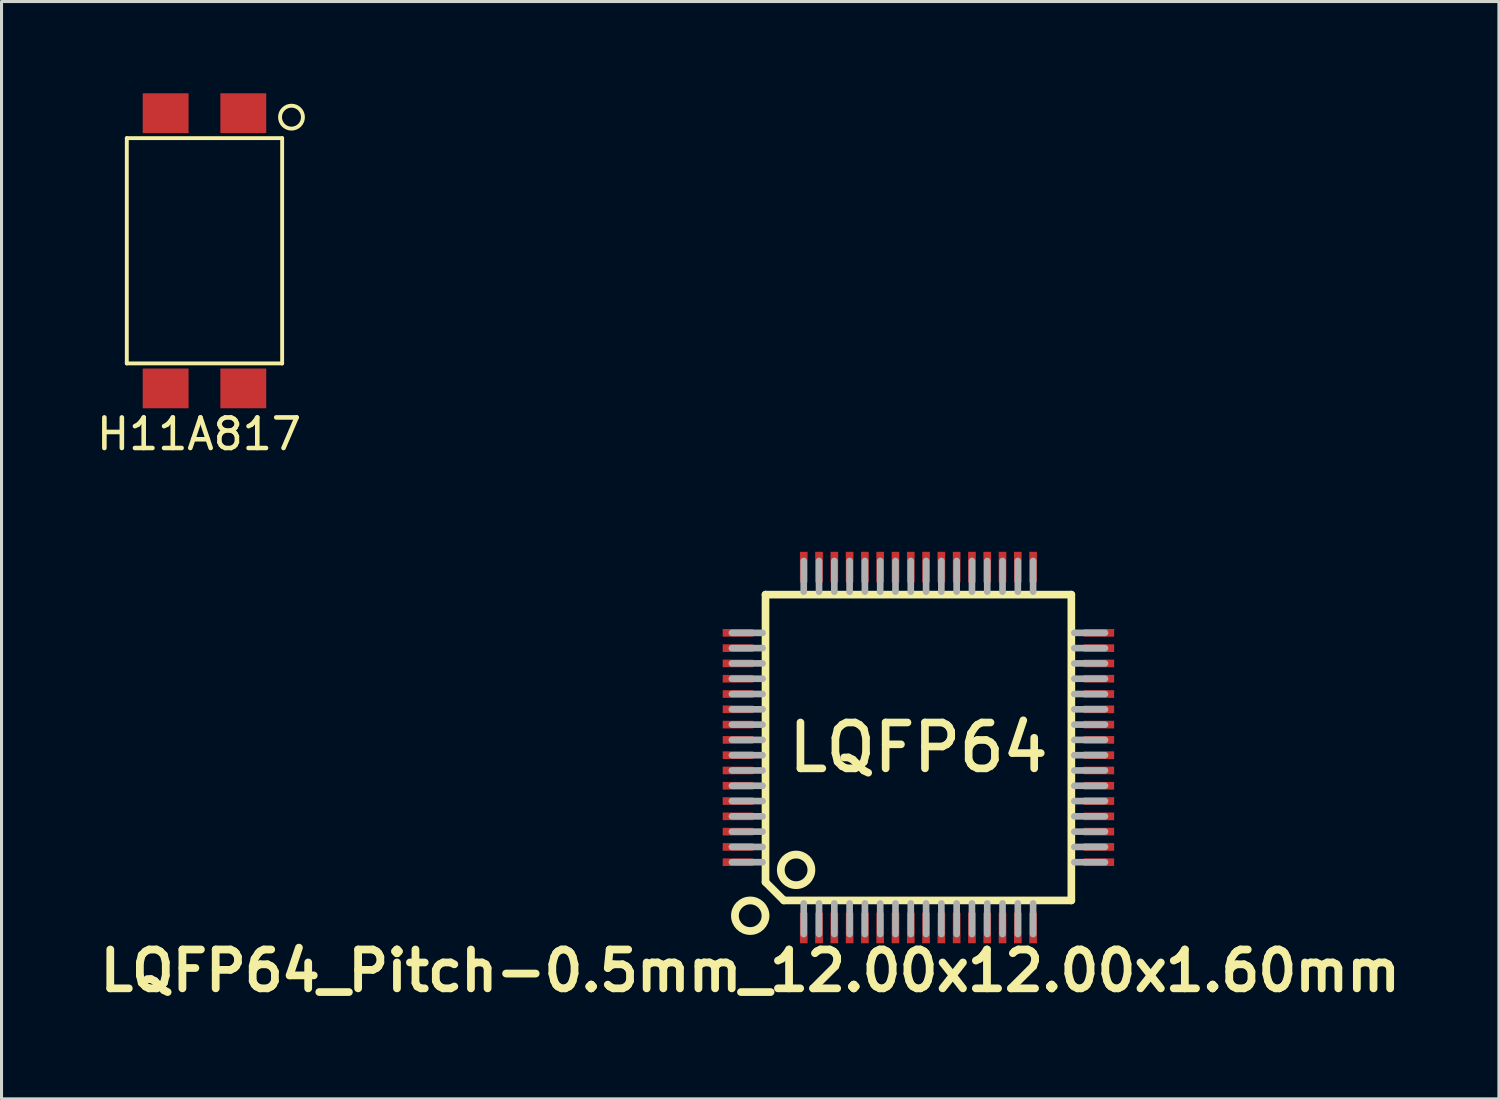
<source format=kicad_pcb>
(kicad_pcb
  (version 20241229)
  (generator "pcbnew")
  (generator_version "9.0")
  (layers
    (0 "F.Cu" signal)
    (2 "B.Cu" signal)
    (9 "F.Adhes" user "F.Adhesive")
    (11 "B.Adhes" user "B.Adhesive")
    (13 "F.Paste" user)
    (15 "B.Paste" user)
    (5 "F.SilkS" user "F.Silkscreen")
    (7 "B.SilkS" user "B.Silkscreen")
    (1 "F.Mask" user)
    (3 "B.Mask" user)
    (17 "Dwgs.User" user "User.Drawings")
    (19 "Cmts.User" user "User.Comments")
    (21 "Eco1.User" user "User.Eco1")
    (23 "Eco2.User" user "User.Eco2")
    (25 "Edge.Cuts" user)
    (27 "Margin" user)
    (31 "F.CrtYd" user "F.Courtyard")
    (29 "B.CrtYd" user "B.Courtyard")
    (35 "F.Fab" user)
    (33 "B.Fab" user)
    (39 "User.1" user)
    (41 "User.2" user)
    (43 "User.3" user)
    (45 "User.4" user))
  (footprint "LQFP64_Pitch-0.5mm_12.00x12.00x1.60mm"
    (layer "F.Cu")
    (at 26.981 21.393)
    (property "Reference" "LQFP64_Pitch-0.5mm_12.00x12.00x1.60mm" (at -5.5 7.3 0) (layer "F.SilkS") (effects (font (size 1.27 1.27) (thickness 0.254))))
    (attr smd)
    (fp_line (start -5 -5) (end 5 -5) (stroke (width 0.25) (type solid)) (layer "F.SilkS"))
    (fp_line (start -5 4.4) (end -5 -5) (stroke (width 0.25) (type solid)) (layer "F.SilkS"))
    (fp_line (start -4.4 5) (end -5 4.4) (stroke (width 0.25) (type solid)) (layer "F.SilkS"))
    (fp_line (start 5 -5) (end 5 5) (stroke (width 0.25) (type solid)) (layer "F.SilkS"))
    (fp_line (start 5 5) (end -4.4 5) (stroke (width 0.25) (type solid)) (layer "F.SilkS"))
    (fp_circle (center -5.5 5.5) (end -6 5.5) (stroke (width 0.254) (type solid)) (fill no) (layer "F.SilkS"))
    (fp_circle (center -4 4) (end -4 4.5) (stroke (width 0.254) (type solid)) (fill no) (layer "F.SilkS"))
    (fp_line (start -5.098 -3.75) (end -6.099 -3.75) (stroke (width 0.218) (type solid)) (layer "F.Fab"))
    (fp_line (start -5.098 -3.25) (end -6.099 -3.25) (stroke (width 0.218) (type solid)) (layer "F.Fab"))
    (fp_line (start -5.098 -2.75) (end -6.099 -2.75) (stroke (width 0.218) (type solid)) (layer "F.Fab"))
    (fp_line (start -5.098 -2.25) (end -6.099 -2.25) (stroke (width 0.218) (type solid)) (layer "F.Fab"))
    (fp_line (start -5.098 -1.75) (end -6.099 -1.75) (stroke (width 0.218) (type solid)) (layer "F.Fab"))
    (fp_line (start -5.098 -1.25) (end -6.099 -1.25) (stroke (width 0.218) (type solid)) (layer "F.Fab"))
    (fp_line (start -5.098 -0.75) (end -6.099 -0.75) (stroke (width 0.218) (type solid)) (layer "F.Fab"))
    (fp_line (start -5.098 -0.25) (end -6.099 -0.25) (stroke (width 0.218) (type solid)) (layer "F.Fab"))
    (fp_line (start -5.098 0.25) (end -6.099 0.25) (stroke (width 0.218) (type solid)) (layer "F.Fab"))
    (fp_line (start -5.098 0.75) (end -6.099 0.75) (stroke (width 0.218) (type solid)) (layer "F.Fab"))
    (fp_line (start -5.098 1.25) (end -6.099 1.25) (stroke (width 0.218) (type solid)) (layer "F.Fab"))
    (fp_line (start -5.098 1.75) (end -6.099 1.75) (stroke (width 0.218) (type solid)) (layer "F.Fab"))
    (fp_line (start -5.098 2.25) (end -6.099 2.25) (stroke (width 0.218) (type solid)) (layer "F.Fab"))
    (fp_line (start -5.098 2.75) (end -6.099 2.75) (stroke (width 0.218) (type solid)) (layer "F.Fab"))
    (fp_line (start -5.098 3.25) (end -6.099 3.25) (stroke (width 0.218) (type solid)) (layer "F.Fab"))
    (fp_line (start -5.098 3.75) (end -6.099 3.75) (stroke (width 0.218) (type solid)) (layer "F.Fab"))
    (fp_line (start -3.75 -5.098) (end -3.75 -6.099) (stroke (width 0.218) (type solid)) (layer "F.Fab"))
    (fp_line (start -3.75 5.098) (end -3.75 6.099) (stroke (width 0.218) (type solid)) (layer "F.Fab"))
    (fp_line (start -3.25 -5.098) (end -3.25 -6.099) (stroke (width 0.218) (type solid)) (layer "F.Fab"))
    (fp_line (start -3.25 5.098) (end -3.25 6.099) (stroke (width 0.218) (type solid)) (layer "F.Fab"))
    (fp_line (start -2.75 -5.098) (end -2.75 -6.099) (stroke (width 0.218) (type solid)) (layer "F.Fab"))
    (fp_line (start -2.75 5.098) (end -2.75 6.099) (stroke (width 0.218) (type solid)) (layer "F.Fab"))
    (fp_line (start -2.25 -5.098) (end -2.25 -6.099) (stroke (width 0.218) (type solid)) (layer "F.Fab"))
    (fp_line (start -2.25 5.098) (end -2.25 6.099) (stroke (width 0.218) (type solid)) (layer "F.Fab"))
    (fp_line (start -1.75 -5.098) (end -1.75 -6.099) (stroke (width 0.218) (type solid)) (layer "F.Fab"))
    (fp_line (start -1.75 5.098) (end -1.75 6.099) (stroke (width 0.218) (type solid)) (layer "F.Fab"))
    (fp_line (start -1.25 -5.098) (end -1.25 -6.099) (stroke (width 0.218) (type solid)) (layer "F.Fab"))
    (fp_line (start -1.25 5.098) (end -1.25 6.099) (stroke (width 0.218) (type solid)) (layer "F.Fab"))
    (fp_line (start -0.75 -5.098) (end -0.75 -6.099) (stroke (width 0.218) (type solid)) (layer "F.Fab"))
    (fp_line (start -0.75 5.098) (end -0.75 6.099) (stroke (width 0.218) (type solid)) (layer "F.Fab"))
    (fp_line (start -0.25 -5.098) (end -0.25 -6.099) (stroke (width 0.218) (type solid)) (layer "F.Fab"))
    (fp_line (start -0.25 5.098) (end -0.25 6.099) (stroke (width 0.218) (type solid)) (layer "F.Fab"))
    (fp_line (start 0.25 -5.098) (end 0.25 -6.099) (stroke (width 0.218) (type solid)) (layer "F.Fab"))
    (fp_line (start 0.25 5.098) (end 0.25 6.099) (stroke (width 0.218) (type solid)) (layer "F.Fab"))
    (fp_line (start 0.75 -5.098) (end 0.75 -6.099) (stroke (width 0.218) (type solid)) (layer "F.Fab"))
    (fp_line (start 0.75 5.098) (end 0.75 6.099) (stroke (width 0.218) (type solid)) (layer "F.Fab"))
    (fp_line (start 1.25 -5.098) (end 1.25 -6.099) (stroke (width 0.218) (type solid)) (layer "F.Fab"))
    (fp_line (start 1.25 5.098) (end 1.25 6.099) (stroke (width 0.218) (type solid)) (layer "F.Fab"))
    (fp_line (start 1.75 -5.098) (end 1.75 -6.099) (stroke (width 0.218) (type solid)) (layer "F.Fab"))
    (fp_line (start 1.75 5.098) (end 1.75 6.099) (stroke (width 0.218) (type solid)) (layer "F.Fab"))
    (fp_line (start 2.25 -5.098) (end 2.25 -6.099) (stroke (width 0.218) (type solid)) (layer "F.Fab"))
    (fp_line (start 2.25 5.098) (end 2.25 6.099) (stroke (width 0.218) (type solid)) (layer "F.Fab"))
    (fp_line (start 2.75 -5.098) (end 2.75 -6.099) (stroke (width 0.218) (type solid)) (layer "F.Fab"))
    (fp_line (start 2.75 5.098) (end 2.75 6.099) (stroke (width 0.218) (type solid)) (layer "F.Fab"))
    (fp_line (start 3.25 -5.098) (end 3.25 -6.099) (stroke (width 0.218) (type solid)) (layer "F.Fab"))
    (fp_line (start 3.25 5.098) (end 3.25 6.099) (stroke (width 0.218) (type solid)) (layer "F.Fab"))
    (fp_line (start 3.75 -5.098) (end 3.75 -6.099) (stroke (width 0.218) (type solid)) (layer "F.Fab"))
    (fp_line (start 3.75 5.098) (end 3.75 6.099) (stroke (width 0.218) (type solid)) (layer "F.Fab"))
    (fp_line (start 5.098 -3.75) (end 6.099 -3.75) (stroke (width 0.218) (type solid)) (layer "F.Fab"))
    (fp_line (start 5.098 -3.25) (end 6.099 -3.25) (stroke (width 0.218) (type solid)) (layer "F.Fab"))
    (fp_line (start 5.098 -2.75) (end 6.099 -2.75) (stroke (width 0.218) (type solid)) (layer "F.Fab"))
    (fp_line (start 5.098 -2.25) (end 6.099 -2.25) (stroke (width 0.218) (type solid)) (layer "F.Fab"))
    (fp_line (start 5.098 -1.75) (end 6.099 -1.75) (stroke (width 0.218) (type solid)) (layer "F.Fab"))
    (fp_line (start 5.098 -1.25) (end 6.099 -1.25) (stroke (width 0.218) (type solid)) (layer "F.Fab"))
    (fp_line (start 5.098 -0.75) (end 6.099 -0.75) (stroke (width 0.218) (type solid)) (layer "F.Fab"))
    (fp_line (start 5.098 -0.25) (end 6.099 -0.25) (stroke (width 0.218) (type solid)) (layer "F.Fab"))
    (fp_line (start 5.098 0.25) (end 6.099 0.25) (stroke (width 0.218) (type solid)) (layer "F.Fab"))
    (fp_line (start 5.098 0.75) (end 6.099 0.75) (stroke (width 0.218) (type solid)) (layer "F.Fab"))
    (fp_line (start 5.098 1.25) (end 6.099 1.25) (stroke (width 0.218) (type solid)) (layer "F.Fab"))
    (fp_line (start 5.098 1.75) (end 6.099 1.75) (stroke (width 0.218) (type solid)) (layer "F.Fab"))
    (fp_line (start 5.098 2.25) (end 6.099 2.25) (stroke (width 0.218) (type solid)) (layer "F.Fab"))
    (fp_line (start 5.098 2.75) (end 6.099 2.75) (stroke (width 0.218) (type solid)) (layer "F.Fab"))
    (fp_line (start 5.098 3.25) (end 6.099 3.25) (stroke (width 0.218) (type solid)) (layer "F.Fab"))
    (fp_line (start 5.098 3.75) (end 6.099 3.75) (stroke (width 0.218) (type solid)) (layer "F.Fab"))
    (fp_text user "LQFP64" (at 0 0 0) (layer "F.SilkS") (effects (font (size 1.5 1.5) (thickness 0.25))))
    (pad "1" smd rect (at -3.75 5.9 90) (size 1 0.25) (layers "F.Cu" "F.Mask" "F.Paste"))
    (pad "2" smd rect (at -3.25 5.9 90) (size 1 0.25) (layers "F.Cu" "F.Mask" "F.Paste"))
    (pad "3" smd rect (at -2.75 5.9 90) (size 1 0.25) (layers "F.Cu" "F.Mask" "F.Paste"))
    (pad "4" smd rect (at -2.25 5.9 90) (size 1 0.25) (layers "F.Cu" "F.Mask" "F.Paste"))
    (pad "5" smd rect (at -1.75 5.9 90) (size 1 0.25) (layers "F.Cu" "F.Mask" "F.Paste"))
    (pad "6" smd rect (at -1.25 5.9 90) (size 1 0.25) (layers "F.Cu" "F.Mask" "F.Paste"))
    (pad "7" smd rect (at -0.75 5.9 90) (size 1 0.25) (layers "F.Cu" "F.Mask" "F.Paste"))
    (pad "8" smd rect (at -0.25 5.9 90) (size 1 0.25) (layers "F.Cu" "F.Mask" "F.Paste"))
    (pad "9" smd rect (at 0.25 5.9 90) (size 1 0.25) (layers "F.Cu" "F.Mask" "F.Paste"))
    (pad "10" smd rect (at 0.75 5.9 90) (size 1 0.25) (layers "F.Cu" "F.Mask" "F.Paste"))
    (pad "11" smd rect (at 1.25 5.9 90) (size 1 0.25) (layers "F.Cu" "F.Mask" "F.Paste"))
    (pad "12" smd rect (at 1.75 5.9 90) (size 1 0.25) (layers "F.Cu" "F.Mask" "F.Paste"))
    (pad "13" smd rect (at 2.25 5.9 90) (size 1 0.25) (layers "F.Cu" "F.Mask" "F.Paste"))
    (pad "14" smd rect (at 2.75 5.9 90) (size 1 0.25) (layers "F.Cu" "F.Mask" "F.Paste"))
    (pad "15" smd rect (at 3.25 5.9 90) (size 1 0.25) (layers "F.Cu" "F.Mask" "F.Paste"))
    (pad "16" smd rect (at 3.75 5.9 90) (size 1 0.25) (layers "F.Cu" "F.Mask" "F.Paste"))
    (pad "17" smd rect (at 5.9 3.75 90) (size 0.25 1) (layers "F.Cu" "F.Mask" "F.Paste"))
    (pad "18" smd rect (at 5.9 3.25 90) (size 0.25 1) (layers "F.Cu" "F.Mask" "F.Paste"))
    (pad "19" smd rect (at 5.9 2.75 90) (size 0.25 1) (layers "F.Cu" "F.Mask" "F.Paste"))
    (pad "20" smd rect (at 5.9 2.25 90) (size 0.25 1) (layers "F.Cu" "F.Mask" "F.Paste"))
    (pad "21" smd rect (at 5.9 1.75 90) (size 0.25 1) (layers "F.Cu" "F.Mask" "F.Paste"))
    (pad "22" smd rect (at 5.9 1.25 90) (size 0.25 1) (layers "F.Cu" "F.Mask" "F.Paste"))
    (pad "23" smd rect (at 5.9 0.75 90) (size 0.25 1) (layers "F.Cu" "F.Mask" "F.Paste"))
    (pad "24" smd rect (at 5.9 0.25 90) (size 0.25 1) (layers "F.Cu" "F.Mask" "F.Paste"))
    (pad "25" smd rect (at 5.9 -0.25 90) (size 0.25 1) (layers "F.Cu" "F.Mask" "F.Paste"))
    (pad "26" smd rect (at 5.9 -0.75 90) (size 0.25 1) (layers "F.Cu" "F.Mask" "F.Paste"))
    (pad "27" smd rect (at 5.9 -1.25 90) (size 0.25 1) (layers "F.Cu" "F.Mask" "F.Paste"))
    (pad "28" smd rect (at 5.9 -1.75 90) (size 0.25 1) (layers "F.Cu" "F.Mask" "F.Paste"))
    (pad "29" smd rect (at 5.9 -2.25 90) (size 0.25 1) (layers "F.Cu" "F.Mask" "F.Paste"))
    (pad "30" smd rect (at 5.9 -2.75 90) (size 0.25 1) (layers "F.Cu" "F.Mask" "F.Paste"))
    (pad "31" smd rect (at 5.9 -3.25 90) (size 0.25 1) (layers "F.Cu" "F.Mask" "F.Paste"))
    (pad "32" smd rect (at 5.9 -3.75 90) (size 0.25 1) (layers "F.Cu" "F.Mask" "F.Paste"))
    (pad "33" smd rect (at 3.75 -5.9 90) (size 1 0.25) (layers "F.Cu" "F.Mask" "F.Paste"))
    (pad "34" smd rect (at 3.25 -5.9 90) (size 1 0.25) (layers "F.Cu" "F.Mask" "F.Paste"))
    (pad "35" smd rect (at 2.75 -5.9 90) (size 1 0.25) (layers "F.Cu" "F.Mask" "F.Paste"))
    (pad "36" smd rect (at 2.25 -5.9 90) (size 1 0.25) (layers "F.Cu" "F.Mask" "F.Paste"))
    (pad "37" smd rect (at 1.75 -5.9 90) (size 1 0.25) (layers "F.Cu" "F.Mask" "F.Paste"))
    (pad "38" smd rect (at 1.25 -5.9 90) (size 1 0.25) (layers "F.Cu" "F.Mask" "F.Paste"))
    (pad "39" smd rect (at 0.75 -5.9 90) (size 1 0.25) (layers "F.Cu" "F.Mask" "F.Paste"))
    (pad "40" smd rect (at 0.25 -5.9 90) (size 1 0.25) (layers "F.Cu" "F.Mask" "F.Paste"))
    (pad "41" smd rect (at -0.25 -5.9 90) (size 1 0.25) (layers "F.Cu" "F.Mask" "F.Paste"))
    (pad "42" smd rect (at -0.75 -5.9 90) (size 1 0.25) (layers "F.Cu" "F.Mask" "F.Paste"))
    (pad "43" smd rect (at -1.25 -5.9 90) (size 1 0.25) (layers "F.Cu" "F.Mask" "F.Paste"))
    (pad "44" smd rect (at -1.75 -5.9 90) (size 1 0.25) (layers "F.Cu" "F.Mask" "F.Paste"))
    (pad "45" smd rect (at -2.25 -5.9 90) (size 1 0.25) (layers "F.Cu" "F.Mask" "F.Paste"))
    (pad "46" smd rect (at -2.75 -5.9 90) (size 1 0.25) (layers "F.Cu" "F.Mask" "F.Paste"))
    (pad "47" smd rect (at -3.25 -5.9 90) (size 1 0.25) (layers "F.Cu" "F.Mask" "F.Paste"))
    (pad "48" smd rect (at -3.75 -5.9 90) (size 1 0.25) (layers "F.Cu" "F.Mask" "F.Paste"))
    (pad "49" smd rect (at -5.9 -3.75 90) (size 0.25 1) (layers "F.Cu" "F.Mask" "F.Paste"))
    (pad "50" smd rect (at -5.9 -3.25 90) (size 0.25 1) (layers "F.Cu" "F.Mask" "F.Paste"))
    (pad "51" smd rect (at -5.9 -2.75 90) (size 0.25 1) (layers "F.Cu" "F.Mask" "F.Paste"))
    (pad "52" smd rect (at -5.9 -2.25 90) (size 0.25 1) (layers "F.Cu" "F.Mask" "F.Paste"))
    (pad "53" smd rect (at -5.9 -1.75 90) (size 0.25 1) (layers "F.Cu" "F.Mask" "F.Paste"))
    (pad "54" smd rect (at -5.9 -1.25 90) (size 0.25 1) (layers "F.Cu" "F.Mask" "F.Paste"))
    (pad "55" smd rect (at -5.9 -0.75 90) (size 0.25 1) (layers "F.Cu" "F.Mask" "F.Paste"))
    (pad "56" smd rect (at -5.9 -0.25 90) (size 0.25 1) (layers "F.Cu" "F.Mask" "F.Paste"))
    (pad "57" smd rect (at -5.9 0.25 90) (size 0.25 1) (layers "F.Cu" "F.Mask" "F.Paste"))
    (pad "58" smd rect (at -5.9 0.75 90) (size 0.25 1) (layers "F.Cu" "F.Mask" "F.Paste"))
    (pad "59" smd rect (at -5.9 1.25 90) (size 0.25 1) (layers "F.Cu" "F.Mask" "F.Paste"))
    (pad "60" smd rect (at -5.9 1.75 90) (size 0.25 1) (layers "F.Cu" "F.Mask" "F.Paste"))
    (pad "61" smd rect (at -5.9 2.25 90) (size 0.25 1) (layers "F.Cu" "F.Mask" "F.Paste"))
    (pad "62" smd rect (at -5.9 2.75 90) (size 0.25 1) (layers "F.Cu" "F.Mask" "F.Paste"))
    (pad "63" smd rect (at -5.9 3.25 90) (size 0.25 1) (layers "F.Cu" "F.Mask" "F.Paste"))
    (pad "64" smd rect (at -5.9 3.75 90) (size 0.25 1) (layers "F.Cu" "F.Mask" "F.Paste")))
  (footprint "H11A817"
    (layer "F.Cu")
    (at 3.636 5.15)
    (property "Reference" "H11A817" (at -0.178 5.994 0) (layer "F.SilkS") (effects (font (size 1 1) (thickness 0.15))))
    (attr smd)
    (fp_line (start -2.54 -3.683) (end -2.54 3.683) (stroke (width 0.127) (type solid)) (layer "F.SilkS"))
    (fp_line (start -2.54 3.683) (end 2.54 3.683) (stroke (width 0.127) (type solid)) (layer "F.SilkS"))
    (fp_line (start 2.54 -3.683) (end -2.54 -3.683) (stroke (width 0.127) (type solid)) (layer "F.SilkS"))
    (fp_line (start 2.54 3.683) (end 2.54 -3.683) (stroke (width 0.127) (type solid)) (layer "F.SilkS"))
    (fp_circle (center 2.845 -4.369) (end 3.175 -4.191) (stroke (width 0.127) (type solid)) (fill no) (layer "F.SilkS"))
    (pad "1" smd rect (at 1.27 -4.5) (size 1.5 1.3) (layers "F.Cu" "F.Mask" "F.Paste"))
    (pad "2" smd rect (at -1.27 -4.5) (size 1.5 1.3) (layers "F.Cu" "F.Mask" "F.Paste"))
    (pad "3" smd rect (at -1.27 4.5) (size 1.5 1.3) (layers "F.Cu" "F.Mask" "F.Paste"))
    (pad "4" smd rect (at 1.27 4.5) (size 1.5 1.3) (layers "F.Cu" "F.Mask" "F.Paste")))
  (gr_rect
    (start -3 -3)
    (end 45.962 32.881)
    (stroke (width 0.1) (type default))
    (fill no)
    (layer "Edge.Cuts")))
</source>
